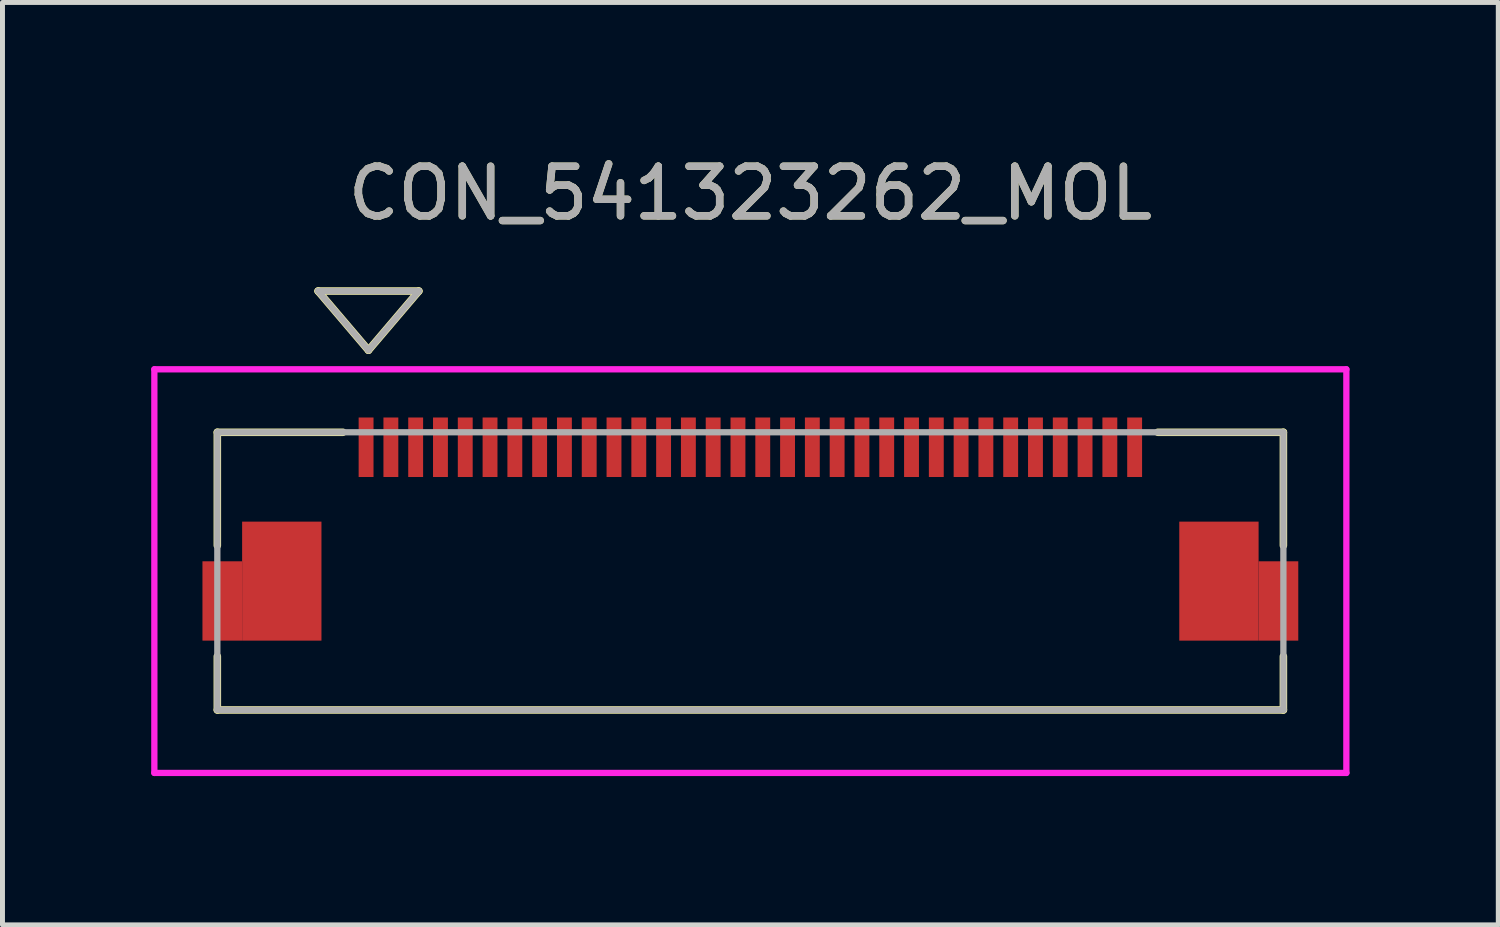
<source format=kicad_pcb>
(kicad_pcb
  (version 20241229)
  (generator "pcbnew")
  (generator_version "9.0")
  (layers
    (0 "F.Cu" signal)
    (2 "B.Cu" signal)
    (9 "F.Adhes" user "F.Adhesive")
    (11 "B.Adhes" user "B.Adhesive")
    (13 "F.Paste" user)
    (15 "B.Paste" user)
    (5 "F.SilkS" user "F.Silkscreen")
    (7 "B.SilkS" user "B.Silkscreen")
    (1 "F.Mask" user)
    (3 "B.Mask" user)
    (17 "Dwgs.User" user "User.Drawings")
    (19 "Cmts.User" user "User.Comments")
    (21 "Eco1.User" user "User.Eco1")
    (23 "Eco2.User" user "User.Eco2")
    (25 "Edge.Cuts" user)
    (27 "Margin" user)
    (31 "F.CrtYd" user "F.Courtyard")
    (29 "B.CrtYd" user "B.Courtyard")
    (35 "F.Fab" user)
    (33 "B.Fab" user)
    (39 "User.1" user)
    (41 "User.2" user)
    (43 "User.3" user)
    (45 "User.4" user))
  (footprint "CON_541323262_MOL"
    (layer "F.Cu")
    (at 12.083 8.468)
    (property "Reference" "CON_541323262_MOL" (at 0 -7.62 0) (unlocked yes) (layer "F.SilkS") (effects (font (size 1 1) (thickness 0.15))))
    (attr smd)
    (fp_poly (pts (xy -11.05 1.402) (xy -11.05 -0.198) (xy -10.25 -0.198) (xy -10.25 1.402)) (stroke (width 0) (type solid)) (fill yes) (layer "F.Mask"))
    (fp_poly (pts (xy 11.05 1.402) (xy 11.05 -0.198) (xy 10.25 -0.198) (xy 10.25 1.402)) (stroke (width 0) (type solid)) (fill yes) (layer "F.Mask"))
    (fp_line (start -10.75 -2.8) (end -10.75 -0.516) (stroke (width 0.152) (type solid)) (layer "F.SilkS"))
    (fp_line (start -10.75 1.719) (end -10.75 2.8) (stroke (width 0.152) (type solid)) (layer "F.SilkS"))
    (fp_line (start -10.75 2.8) (end 10.75 2.8) (stroke (width 0.152) (type solid)) (layer "F.SilkS"))
    (fp_line (start -8.718 -5.648) (end -7.702 -4.454) (stroke (width 0.152) (type solid)) (layer "F.SilkS"))
    (fp_line (start -8.718 -5.648) (end -6.686 -5.648) (stroke (width 0.152) (type solid)) (layer "F.SilkS"))
    (fp_line (start -8.217 -2.8) (end -10.75 -2.8) (stroke (width 0.152) (type solid)) (layer "F.SilkS"))
    (fp_line (start -6.686 -5.648) (end -7.702 -4.454) (stroke (width 0.152) (type solid)) (layer "F.SilkS"))
    (fp_line (start 10.75 -2.8) (end 8.218 -2.8) (stroke (width 0.152) (type solid)) (layer "F.SilkS"))
    (fp_line (start 10.75 -0.516) (end 10.75 -2.8) (stroke (width 0.152) (type solid)) (layer "F.SilkS"))
    (fp_line (start 10.75 2.8) (end 10.75 1.719) (stroke (width 0.152) (type solid)) (layer "F.SilkS"))
    (fp_poly (pts (xy -11.05 1.402) (xy -11.05 -0.198) (xy -10.25 -0.198) (xy -10.25 1.402)) (stroke (width 0) (type solid)) (fill yes) (layer "F.Paste"))
    (fp_poly (pts (xy 11.05 1.402) (xy 11.05 -0.198) (xy 10.25 -0.198) (xy 10.25 1.402)) (stroke (width 0) (type solid)) (fill yes) (layer "F.Paste"))
    (fp_line (start -12.02 -4.07) (end -12.02 4.07) (stroke (width 0.127) (type solid)) (layer "F.CrtYd"))
    (fp_line (start -12.02 4.07) (end 12.02 4.07) (stroke (width 0.127) (type solid)) (layer "F.CrtYd"))
    (fp_line (start 12.02 -4.07) (end -12.02 -4.07) (stroke (width 0.127) (type solid)) (layer "F.CrtYd"))
    (fp_line (start 12.02 4.07) (end 12.02 -4.07) (stroke (width 0.127) (type solid)) (layer "F.CrtYd"))
    (fp_line (start -10.75 -2.8) (end -10.75 2.8) (stroke (width 0.127) (type solid)) (layer "F.Fab"))
    (fp_line (start -10.75 2.8) (end 10.75 2.8) (stroke (width 0.127) (type solid)) (layer "F.Fab"))
    (fp_line (start -8.718 -5.648) (end -7.702 -4.454) (stroke (width 0.127) (type solid)) (layer "F.Fab"))
    (fp_line (start -8.718 -5.648) (end -6.686 -5.648) (stroke (width 0.127) (type solid)) (layer "F.Fab"))
    (fp_line (start -6.686 -5.648) (end -7.702 -4.454) (stroke (width 0.127) (type solid)) (layer "F.Fab"))
    (fp_line (start 10.75 -2.8) (end -10.75 -2.8) (stroke (width 0.127) (type solid)) (layer "F.Fab"))
    (fp_line (start 10.75 2.8) (end 10.75 -2.8) (stroke (width 0.127) (type solid)) (layer "F.Fab"))
    (fp_text user "${REFERENCE}" (at 0 -7.62 0) (unlocked yes) (layer "F.Fab") (effects (font (size 1 1) (thickness 0.15))))
    (pad "1" smd rect (at -7.75 -2.498) (size 0.3 1.2) (layers "F.Cu" "F.Mask" "F.Paste"))
    (pad "2" smd rect (at -7.25 -2.498) (size 0.3 1.2) (layers "F.Cu" "F.Mask" "F.Paste"))
    (pad "3" smd rect (at -6.75 -2.498) (size 0.3 1.2) (layers "F.Cu" "F.Mask" "F.Paste"))
    (pad "4" smd rect (at -6.25 -2.498) (size 0.3 1.2) (layers "F.Cu" "F.Mask" "F.Paste"))
    (pad "5" smd rect (at -5.75 -2.498) (size 0.3 1.2) (layers "F.Cu" "F.Mask" "F.Paste"))
    (pad "6" smd rect (at -5.25 -2.498) (size 0.3 1.2) (layers "F.Cu" "F.Mask" "F.Paste"))
    (pad "7" smd rect (at -4.75 -2.498) (size 0.3 1.2) (layers "F.Cu" "F.Mask" "F.Paste"))
    (pad "8" smd rect (at -4.25 -2.498) (size 0.3 1.2) (layers "F.Cu" "F.Mask" "F.Paste"))
    (pad "9" smd rect (at -3.75 -2.498) (size 0.3 1.2) (layers "F.Cu" "F.Mask" "F.Paste"))
    (pad "10" smd rect (at -3.25 -2.498) (size 0.3 1.2) (layers "F.Cu" "F.Mask" "F.Paste"))
    (pad "11" smd rect (at -2.75 -2.498) (size 0.3 1.2) (layers "F.Cu" "F.Mask" "F.Paste"))
    (pad "12" smd rect (at -2.25 -2.498) (size 0.3 1.2) (layers "F.Cu" "F.Mask" "F.Paste"))
    (pad "13" smd rect (at -1.75 -2.498) (size 0.3 1.2) (layers "F.Cu" "F.Mask" "F.Paste"))
    (pad "14" smd rect (at -1.25 -2.498) (size 0.3 1.2) (layers "F.Cu" "F.Mask" "F.Paste"))
    (pad "15" smd rect (at -0.75 -2.498) (size 0.3 1.2) (layers "F.Cu" "F.Mask" "F.Paste"))
    (pad "16" smd rect (at -0.25 -2.498) (size 0.3 1.2) (layers "F.Cu" "F.Mask" "F.Paste"))
    (pad "17" smd rect (at 0.25 -2.498) (size 0.3 1.2) (layers "F.Cu" "F.Mask" "F.Paste"))
    (pad "18" smd rect (at 0.75 -2.498) (size 0.3 1.2) (layers "F.Cu" "F.Mask" "F.Paste"))
    (pad "19" smd rect (at 1.25 -2.498) (size 0.3 1.2) (layers "F.Cu" "F.Mask" "F.Paste"))
    (pad "20" smd rect (at 1.75 -2.498) (size 0.3 1.2) (layers "F.Cu" "F.Mask" "F.Paste"))
    (pad "21" smd rect (at 2.25 -2.498) (size 0.3 1.2) (layers "F.Cu" "F.Mask" "F.Paste"))
    (pad "22" smd rect (at 2.75 -2.498) (size 0.3 1.2) (layers "F.Cu" "F.Mask" "F.Paste"))
    (pad "23" smd rect (at 3.25 -2.498) (size 0.3 1.2) (layers "F.Cu" "F.Mask" "F.Paste"))
    (pad "24" smd rect (at 3.75 -2.498) (size 0.3 1.2) (layers "F.Cu" "F.Mask" "F.Paste"))
    (pad "25" smd rect (at 4.25 -2.498) (size 0.3 1.2) (layers "F.Cu" "F.Mask" "F.Paste"))
    (pad "26" smd rect (at 4.75 -2.498) (size 0.3 1.2) (layers "F.Cu" "F.Mask" "F.Paste"))
    (pad "27" smd rect (at 5.25 -2.498) (size 0.3 1.2) (layers "F.Cu" "F.Mask" "F.Paste"))
    (pad "28" smd rect (at 5.75 -2.498) (size 0.3 1.2) (layers "F.Cu" "F.Mask" "F.Paste"))
    (pad "29" smd rect (at 6.25 -2.498) (size 0.3 1.2) (layers "F.Cu" "F.Mask" "F.Paste"))
    (pad "30" smd rect (at 6.75 -2.498) (size 0.3 1.2) (layers "F.Cu" "F.Mask" "F.Paste"))
    (pad "31" smd rect (at 7.25 -2.498) (size 0.3 1.2) (layers "F.Cu" "F.Mask" "F.Paste"))
    (pad "32" smd rect (at 7.75 -2.498) (size 0.3 1.2) (layers "F.Cu" "F.Mask" "F.Paste"))
    (pad "MP" smd rect (at -10.65 0.602) (size 0.8 1.6) (layers "F.Cu" "F.Mask" "F.Paste"))
    (pad "MP" smd rect (at -9.45 0.202) (size 1.6 2.4) (layers "F.Cu" "F.Mask" "F.Paste"))
    (pad "MP" smd rect (at 9.45 0.202) (size 1.6 2.4) (layers "F.Cu" "F.Mask" "F.Paste"))
    (pad "MP" smd rect (at 10.65 0.602) (size 0.8 1.6) (layers "F.Cu" "F.Mask" "F.Paste")))
  (gr_rect
    (start -3 -3)
    (end 27.167 15.602)
    (stroke (width 0.1) (type default))
    (fill no)
    (layer "Edge.Cuts")))
</source>
